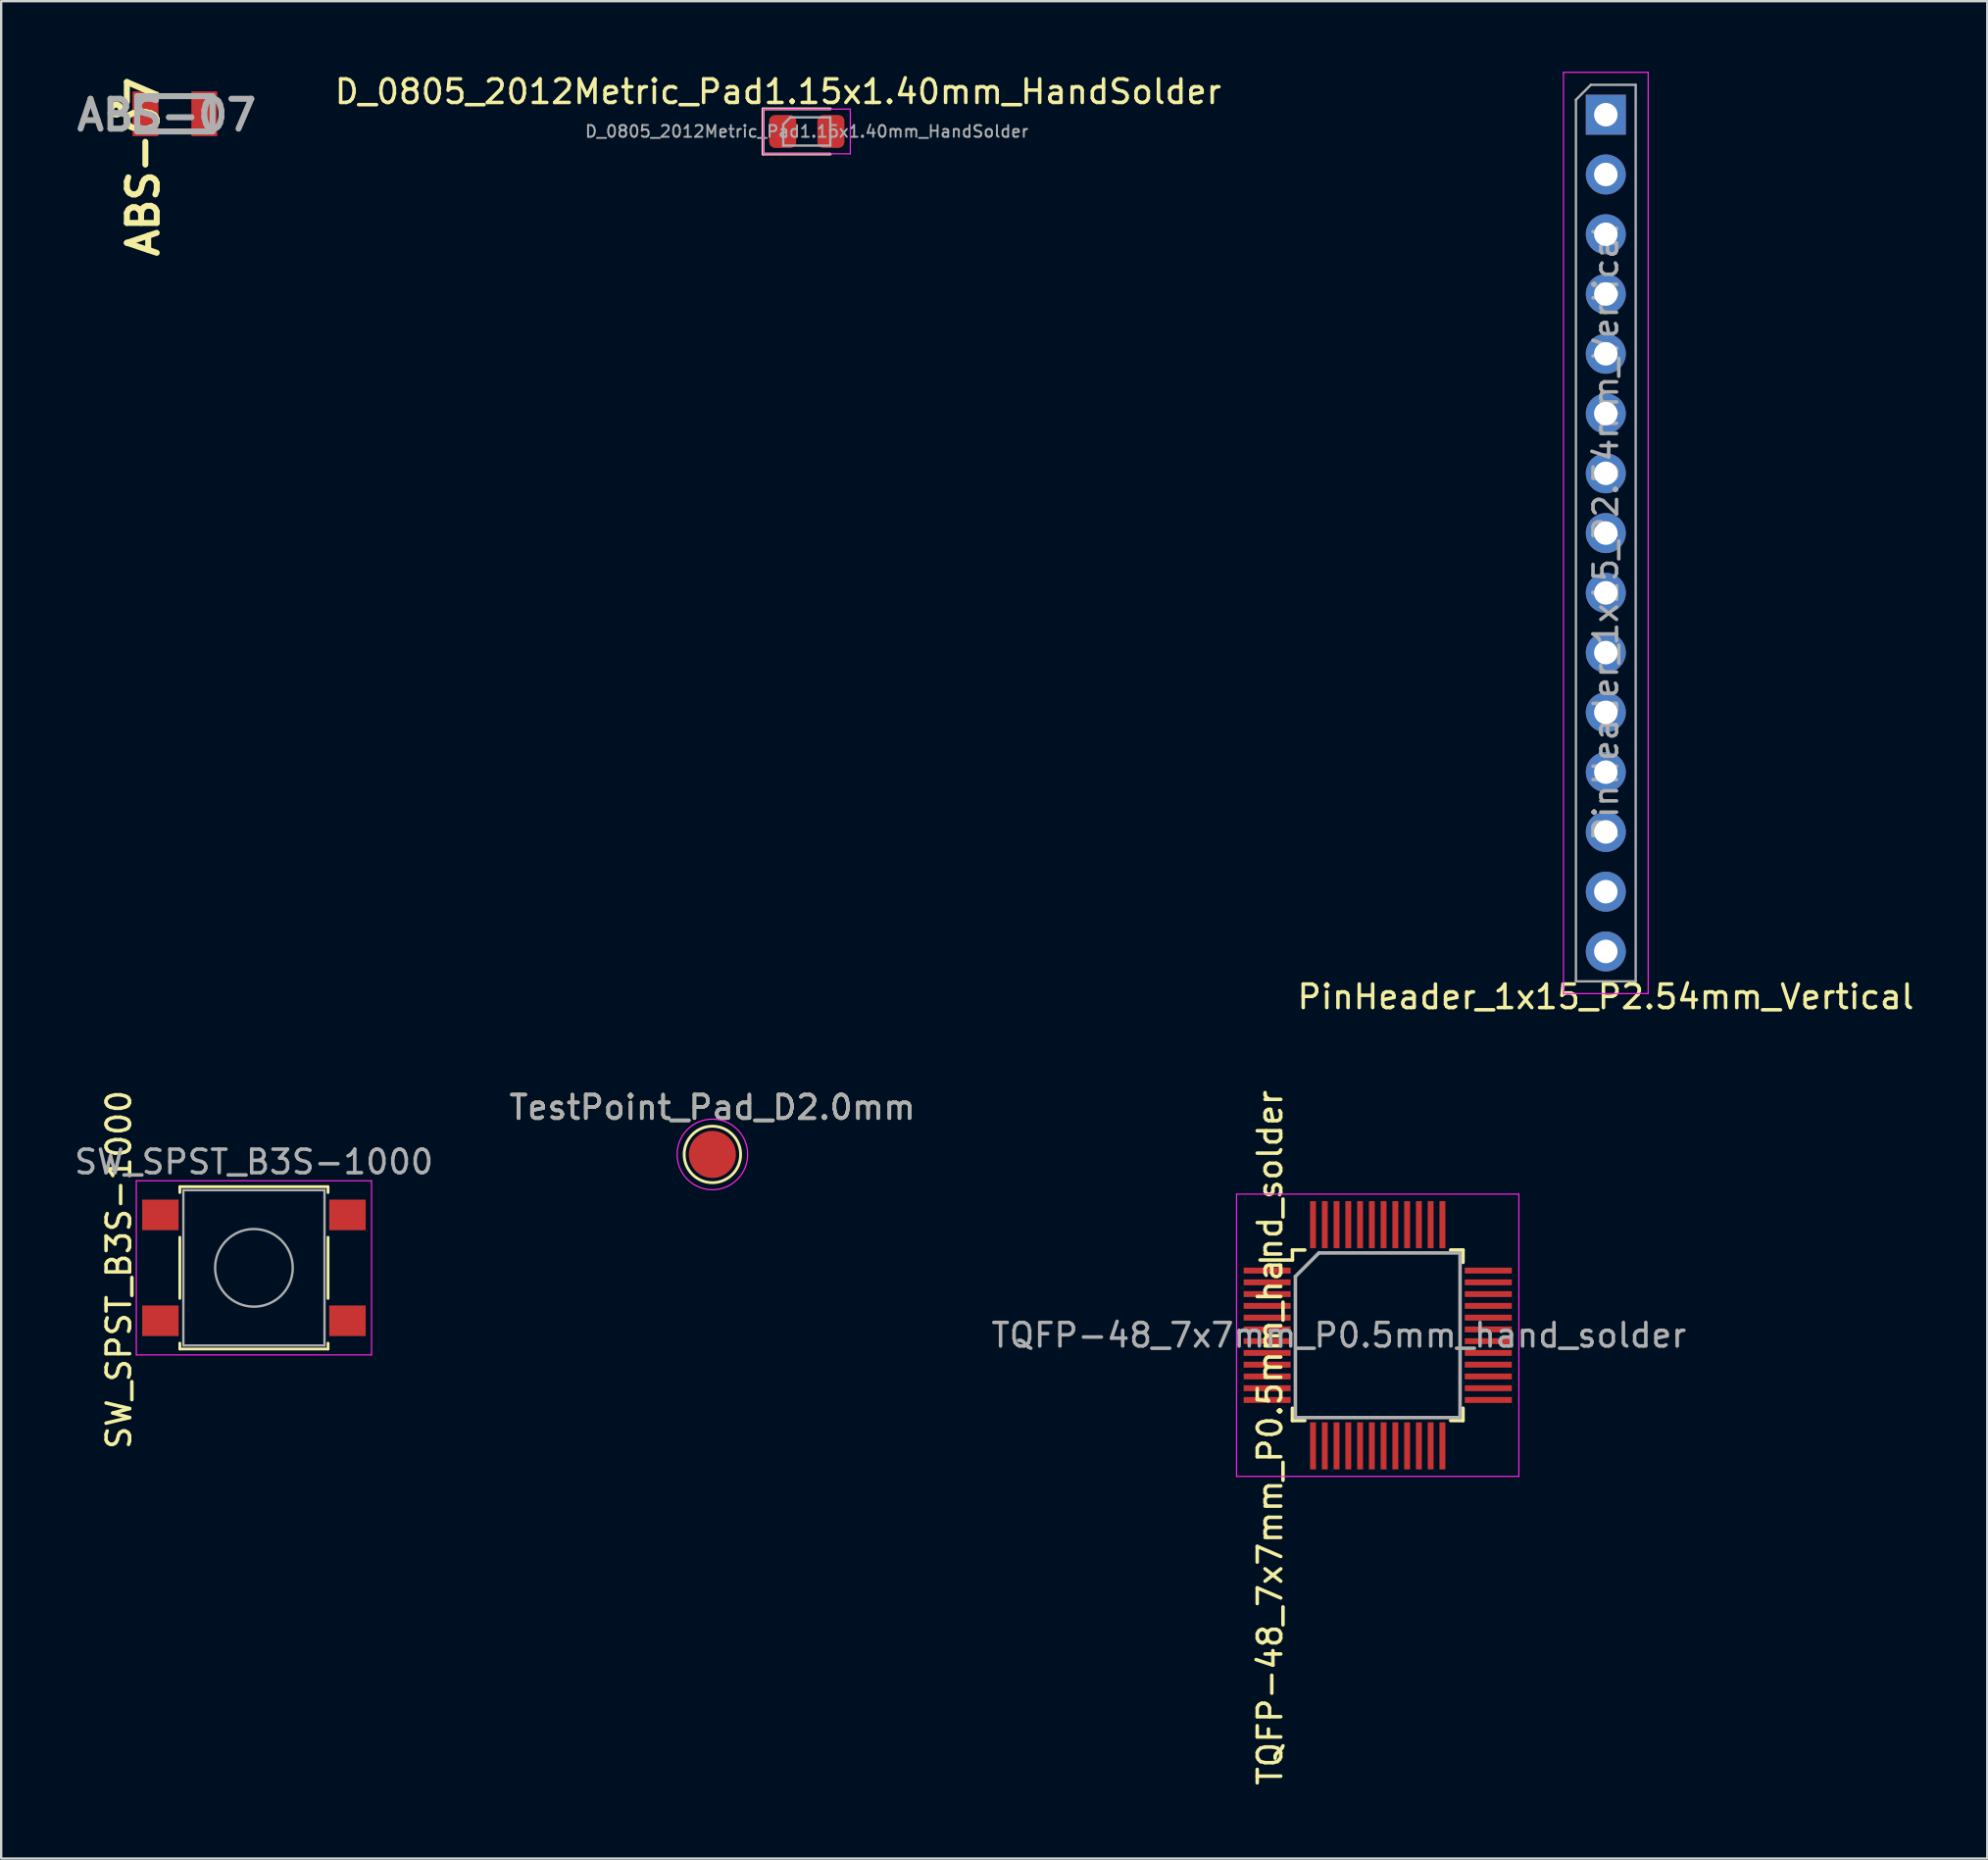
<source format=kicad_pcb>
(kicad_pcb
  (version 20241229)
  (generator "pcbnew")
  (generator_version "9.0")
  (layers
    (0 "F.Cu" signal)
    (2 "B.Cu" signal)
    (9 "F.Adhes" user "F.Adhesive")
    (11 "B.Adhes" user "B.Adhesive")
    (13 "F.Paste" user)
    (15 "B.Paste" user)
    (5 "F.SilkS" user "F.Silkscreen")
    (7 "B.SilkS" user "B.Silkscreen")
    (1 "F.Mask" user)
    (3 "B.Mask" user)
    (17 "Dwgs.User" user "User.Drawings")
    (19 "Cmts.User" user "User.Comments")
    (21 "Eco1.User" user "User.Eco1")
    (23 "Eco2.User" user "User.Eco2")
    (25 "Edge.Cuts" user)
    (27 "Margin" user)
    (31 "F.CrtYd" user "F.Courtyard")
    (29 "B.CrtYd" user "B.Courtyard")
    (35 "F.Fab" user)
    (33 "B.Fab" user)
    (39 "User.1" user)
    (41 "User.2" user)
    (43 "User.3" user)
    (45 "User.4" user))
  (footprint "PinHeader_1x15_P2.54mm_Vertical"
    (layer "F.Cu")
    (at 65.21 1.825)
    (property "Reference" "PinHeader_1x15_P2.54mm_Vertical" (at -0.005 37.49 180) (layer "F.SilkS") (effects (font (size 1 1) (thickness 0.15))))
    (attr through_hole)
    (fp_line (start -1.8 -1.8) (end -1.8 37.35) (stroke (width 0.05) (type solid)) (layer "F.CrtYd"))
    (fp_line (start -1.8 37.35) (end 1.8 37.35) (stroke (width 0.05) (type solid)) (layer "F.CrtYd"))
    (fp_line (start 1.8 -1.8) (end -1.8 -1.8) (stroke (width 0.05) (type solid)) (layer "F.CrtYd"))
    (fp_line (start 1.8 37.35) (end 1.8 -1.8) (stroke (width 0.05) (type solid)) (layer "F.CrtYd"))
    (fp_line (start -1.27 -0.635) (end -0.635 -1.27) (stroke (width 0.1) (type solid)) (layer "F.Fab"))
    (fp_line (start -1.27 36.83) (end -1.27 -0.635) (stroke (width 0.1) (type solid)) (layer "F.Fab"))
    (fp_line (start -0.635 -1.27) (end 1.27 -1.27) (stroke (width 0.1) (type solid)) (layer "F.Fab"))
    (fp_line (start 1.27 -1.27) (end 1.27 36.83) (stroke (width 0.1) (type solid)) (layer "F.Fab"))
    (fp_line (start 1.27 36.83) (end -1.27 36.83) (stroke (width 0.1) (type solid)) (layer "F.Fab"))
    (fp_text user "${REFERENCE}" (at 0 17.78 90) (layer "F.Fab") (effects (font (size 1 1) (thickness 0.15))))
    (pad "1" thru_hole rect (at 0 0) (size 1.7 1.7) (drill 1) (layers "*.Cu" "*.Mask"))
    (pad "2" thru_hole oval (at 0 2.54) (size 1.7 1.7) (drill 1) (layers "*.Cu" "*.Mask"))
    (pad "3" thru_hole oval (at 0 5.08) (size 1.7 1.7) (drill 1) (layers "*.Cu" "*.Mask"))
    (pad "4" thru_hole oval (at 0 7.62) (size 1.7 1.7) (drill 1) (layers "*.Cu" "*.Mask"))
    (pad "5" thru_hole oval (at 0 10.16) (size 1.7 1.7) (drill 1) (layers "*.Cu" "*.Mask"))
    (pad "6" thru_hole oval (at 0 12.7) (size 1.7 1.7) (drill 1) (layers "*.Cu" "*.Mask"))
    (pad "7" thru_hole oval (at 0 15.24) (size 1.7 1.7) (drill 1) (layers "*.Cu" "*.Mask"))
    (pad "8" thru_hole oval (at 0 17.78) (size 1.7 1.7) (drill 1) (layers "*.Cu" "*.Mask"))
    (pad "9" thru_hole oval (at 0 20.32) (size 1.7 1.7) (drill 1) (layers "*.Cu" "*.Mask"))
    (pad "10" thru_hole oval (at 0 22.86) (size 1.7 1.7) (drill 1) (layers "*.Cu" "*.Mask"))
    (pad "11" thru_hole oval (at 0 25.4) (size 1.7 1.7) (drill 1) (layers "*.Cu" "*.Mask"))
    (pad "12" thru_hole oval (at 0 27.94) (size 1.7 1.7) (drill 1) (layers "*.Cu" "*.Mask"))
    (pad "13" thru_hole oval (at 0 30.48) (size 1.7 1.7) (drill 1) (layers "*.Cu" "*.Mask"))
    (pad "14" thru_hole oval (at 0 33.02) (size 1.7 1.7) (drill 1) (layers "*.Cu" "*.Mask"))
    (pad "15" thru_hole oval (at 0 35.56) (size 1.7 1.7) (drill 1) (layers "*.Cu" "*.Mask")))
  (footprint "TQFP-48_7x7mm_P0.5mm_hand_solder"
    (layer "F.Cu")
    (at 55.514 53.697)
    (property "Reference" "TQFP-48_7x7mm_P0.5mm_hand_solder" (at -4.577 4.354 90) (layer "F.SilkS") (effects (font (size 1 1) (thickness 0.15))))
    (attr smd)
    (fp_line (start -3.625 -3.625) (end -3.625 -3.2) (stroke (width 0.15) (type solid)) (layer "F.SilkS"))
    (fp_line (start -3.625 -3.625) (end -3.1 -3.625) (stroke (width 0.15) (type solid)) (layer "F.SilkS"))
    (fp_line (start -3.625 -3.2) (end -5 -3.2) (stroke (width 0.15) (type solid)) (layer "F.SilkS"))
    (fp_line (start -3.625 3.625) (end -3.625 3.1) (stroke (width 0.15) (type solid)) (layer "F.SilkS"))
    (fp_line (start -3.625 3.625) (end -3.1 3.625) (stroke (width 0.15) (type solid)) (layer "F.SilkS"))
    (fp_line (start 3.625 -3.625) (end 3.1 -3.625) (stroke (width 0.15) (type solid)) (layer "F.SilkS"))
    (fp_line (start 3.625 -3.625) (end 3.625 -3.1) (stroke (width 0.15) (type solid)) (layer "F.SilkS"))
    (fp_line (start 3.625 3.625) (end 3.1 3.625) (stroke (width 0.15) (type solid)) (layer "F.SilkS"))
    (fp_line (start 3.625 3.625) (end 3.625 3.1) (stroke (width 0.15) (type solid)) (layer "F.SilkS"))
    (fp_line (start -6 -6) (end -6 6) (stroke (width 0.05) (type solid)) (layer "F.CrtYd"))
    (fp_line (start -6 -6) (end 6 -6) (stroke (width 0.05) (type solid)) (layer "F.CrtYd"))
    (fp_line (start -6 6) (end 6 6) (stroke (width 0.05) (type solid)) (layer "F.CrtYd"))
    (fp_line (start 6 -6) (end 6 6) (stroke (width 0.05) (type solid)) (layer "F.CrtYd"))
    (fp_line (start -3.5 -2.5) (end -2.5 -3.5) (stroke (width 0.15) (type solid)) (layer "F.Fab"))
    (fp_line (start -3.5 3.5) (end -3.5 -2.5) (stroke (width 0.15) (type solid)) (layer "F.Fab"))
    (fp_line (start -2.5 -3.5) (end 3.5 -3.5) (stroke (width 0.15) (type solid)) (layer "F.Fab"))
    (fp_line (start 3.5 -3.5) (end 3.5 3.5) (stroke (width 0.15) (type solid)) (layer "F.Fab"))
    (fp_line (start 3.5 3.5) (end -3.5 3.5) (stroke (width 0.15) (type solid)) (layer "F.Fab"))
    (fp_text user "${REFERENCE}" (at -1.651 0 0) (layer "F.Fab") (effects (font (size 1 1) (thickness 0.15))))
    (pad "1" smd rect (at -4.7 -2.75) (size 2 0.25) (layers "F.Cu" "F.Mask" "F.Paste"))
    (pad "2" smd rect (at -4.7 -2.25) (size 2 0.25) (layers "F.Cu" "F.Mask" "F.Paste"))
    (pad "3" smd rect (at -4.7 -1.75) (size 2 0.25) (layers "F.Cu" "F.Mask" "F.Paste"))
    (pad "4" smd rect (at -4.7 -1.25) (size 2 0.25) (layers "F.Cu" "F.Mask" "F.Paste"))
    (pad "5" smd rect (at -4.7 -0.75) (size 2 0.25) (layers "F.Cu" "F.Mask" "F.Paste"))
    (pad "6" smd rect (at -4.7 -0.25) (size 2 0.25) (layers "F.Cu" "F.Mask" "F.Paste"))
    (pad "7" smd rect (at -4.7 0.25) (size 2 0.25) (layers "F.Cu" "F.Mask" "F.Paste"))
    (pad "8" smd rect (at -4.7 0.75) (size 2 0.25) (layers "F.Cu" "F.Mask" "F.Paste"))
    (pad "9" smd rect (at -4.7 1.25) (size 2 0.25) (layers "F.Cu" "F.Mask" "F.Paste"))
    (pad "10" smd rect (at -4.7 1.75) (size 2 0.25) (layers "F.Cu" "F.Mask" "F.Paste"))
    (pad "11" smd rect (at -4.7 2.25) (size 2 0.25) (layers "F.Cu" "F.Mask" "F.Paste"))
    (pad "12" smd rect (at -4.7 2.75) (size 2 0.25) (layers "F.Cu" "F.Mask" "F.Paste"))
    (pad "13" smd rect (at -2.75 4.7 90) (size 2 0.25) (layers "F.Cu" "F.Mask" "F.Paste"))
    (pad "14" smd rect (at -2.25 4.7 90) (size 2 0.25) (layers "F.Cu" "F.Mask" "F.Paste"))
    (pad "15" smd rect (at -1.75 4.7 90) (size 2 0.25) (layers "F.Cu" "F.Mask" "F.Paste"))
    (pad "16" smd rect (at -1.25 4.7 90) (size 2 0.25) (layers "F.Cu" "F.Mask" "F.Paste"))
    (pad "17" smd rect (at -0.75 4.7 90) (size 2 0.25) (layers "F.Cu" "F.Mask" "F.Paste"))
    (pad "18" smd rect (at -0.25 4.7 90) (size 2 0.25) (layers "F.Cu" "F.Mask" "F.Paste"))
    (pad "19" smd rect (at 0.25 4.7 90) (size 2 0.25) (layers "F.Cu" "F.Mask" "F.Paste"))
    (pad "20" smd rect (at 0.75 4.7 90) (size 2 0.25) (layers "F.Cu" "F.Mask" "F.Paste"))
    (pad "21" smd rect (at 1.25 4.7 90) (size 2 0.25) (layers "F.Cu" "F.Mask" "F.Paste"))
    (pad "22" smd rect (at 1.75 4.7 90) (size 2 0.25) (layers "F.Cu" "F.Mask" "F.Paste"))
    (pad "23" smd rect (at 2.25 4.7 90) (size 2 0.25) (layers "F.Cu" "F.Mask" "F.Paste"))
    (pad "24" smd rect (at 2.75 4.7 90) (size 2 0.25) (layers "F.Cu" "F.Mask" "F.Paste"))
    (pad "25" smd rect (at 4.7 2.75) (size 2 0.25) (layers "F.Cu" "F.Mask" "F.Paste"))
    (pad "26" smd rect (at 4.7 2.25) (size 2 0.25) (layers "F.Cu" "F.Mask" "F.Paste"))
    (pad "27" smd rect (at 4.7 1.75) (size 2 0.25) (layers "F.Cu" "F.Mask" "F.Paste"))
    (pad "28" smd rect (at 4.7 1.25) (size 2 0.25) (layers "F.Cu" "F.Mask" "F.Paste"))
    (pad "29" smd rect (at 4.7 0.75) (size 2 0.25) (layers "F.Cu" "F.Mask" "F.Paste"))
    (pad "30" smd rect (at 4.7 0.25) (size 2 0.25) (layers "F.Cu" "F.Mask" "F.Paste"))
    (pad "31" smd rect (at 4.7 -0.25) (size 2 0.25) (layers "F.Cu" "F.Mask" "F.Paste"))
    (pad "32" smd rect (at 4.7 -0.75) (size 2 0.25) (layers "F.Cu" "F.Mask" "F.Paste"))
    (pad "33" smd rect (at 4.7 -1.25) (size 2 0.25) (layers "F.Cu" "F.Mask" "F.Paste"))
    (pad "34" smd rect (at 4.7 -1.75) (size 2 0.25) (layers "F.Cu" "F.Mask" "F.Paste"))
    (pad "35" smd rect (at 4.7 -2.25) (size 2 0.25) (layers "F.Cu" "F.Mask" "F.Paste"))
    (pad "36" smd rect (at 4.7 -2.75) (size 2 0.25) (layers "F.Cu" "F.Mask" "F.Paste"))
    (pad "37" smd rect (at 2.75 -4.7 90) (size 2 0.25) (layers "F.Cu" "F.Mask" "F.Paste"))
    (pad "38" smd rect (at 2.25 -4.7 90) (size 2 0.25) (layers "F.Cu" "F.Mask" "F.Paste"))
    (pad "39" smd rect (at 1.75 -4.7 90) (size 2 0.25) (layers "F.Cu" "F.Mask" "F.Paste"))
    (pad "40" smd rect (at 1.25 -4.7 90) (size 2 0.25) (layers "F.Cu" "F.Mask" "F.Paste"))
    (pad "41" smd rect (at 0.75 -4.7 90) (size 2 0.25) (layers "F.Cu" "F.Mask" "F.Paste"))
    (pad "42" smd rect (at 0.25 -4.7 90) (size 2 0.25) (layers "F.Cu" "F.Mask" "F.Paste"))
    (pad "43" smd rect (at -0.25 -4.7 90) (size 2 0.25) (layers "F.Cu" "F.Mask" "F.Paste"))
    (pad "44" smd rect (at -0.75 -4.7 90) (size 2 0.25) (layers "F.Cu" "F.Mask" "F.Paste"))
    (pad "45" smd rect (at -1.25 -4.7 90) (size 2 0.25) (layers "F.Cu" "F.Mask" "F.Paste"))
    (pad "46" smd rect (at -1.75 -4.7 90) (size 2 0.25) (layers "F.Cu" "F.Mask" "F.Paste"))
    (pad "47" smd rect (at -2.25 -4.7 90) (size 2 0.25) (layers "F.Cu" "F.Mask" "F.Paste"))
    (pad "48" smd rect (at -2.75 -4.7 90) (size 2 0.25) (layers "F.Cu" "F.Mask" "F.Paste")))
  (footprint "D_0805_2012Metric_Pad1.15x1.40mm_HandSolder"
    (layer "F.Cu")
    (at 31.245 2.537)
    (property "Reference" "D_0805_2012Metric_Pad1.15x1.40mm_HandSolder" (at -1.219 -1.689 180) (layer "F.SilkS") (effects (font (size 1 1) (thickness 0.15))))
    (attr smd)
    (fp_line (start -1.86 -0.96) (end -1.86 0.96) (stroke (width 0.12) (type solid)) (layer "F.SilkS"))
    (fp_line (start -1.86 0.96) (end 1 0.96) (stroke (width 0.12) (type solid)) (layer "F.SilkS"))
    (fp_line (start 1 -0.96) (end -1.86 -0.96) (stroke (width 0.12) (type solid)) (layer "F.SilkS"))
    (fp_line (start -1.85 -0.95) (end 1.85 -0.95) (stroke (width 0.05) (type solid)) (layer "F.CrtYd"))
    (fp_line (start -1.85 0.95) (end -1.85 -0.95) (stroke (width 0.05) (type solid)) (layer "F.CrtYd"))
    (fp_line (start 1.85 -0.95) (end 1.85 0.95) (stroke (width 0.05) (type solid)) (layer "F.CrtYd"))
    (fp_line (start 1.85 0.95) (end -1.85 0.95) (stroke (width 0.05) (type solid)) (layer "F.CrtYd"))
    (fp_line (start -1 -0.3) (end -1 0.6) (stroke (width 0.1) (type solid)) (layer "F.Fab"))
    (fp_line (start -1 0.6) (end 1 0.6) (stroke (width 0.1) (type solid)) (layer "F.Fab"))
    (fp_line (start -0.7 -0.6) (end -1 -0.3) (stroke (width 0.1) (type solid)) (layer "F.Fab"))
    (fp_line (start 1 -0.6) (end -0.7 -0.6) (stroke (width 0.1) (type solid)) (layer "F.Fab"))
    (fp_line (start 1 0.6) (end 1 -0.6) (stroke (width 0.1) (type solid)) (layer "F.Fab"))
    (fp_text user "${REFERENCE}" (at 0 0 180) (layer "F.Fab") (effects (font (size 0.5 0.5) (thickness 0.08))))
    (pad "1" smd roundrect (at -1.025 0) (size 1.15 1.4) (layers "F.Cu" "F.Mask" "F.Paste") (roundrect_rratio 0.217))
    (pad "2" smd roundrect (at 1.025 0) (size 1.15 1.4) (layers "F.Cu" "F.Mask" "F.Paste") (roundrect_rratio 0.217)))
  (footprint "ABS-07"
    (layer "F.Cu")
    (at 4.384 1.786)
    (property "Reference" "ABS-07" (at -1.346 2.248 90) (layer "F.SilkS") (effects (font (size 1.27 1.27) (thickness 0.254))))
    (attr smd)
    (fp_circle (center -2.497 -0.177) (end -2.497 -0.093) (stroke (width 0.254) (type solid)) (fill no) (layer "F.SilkS"))
    (fp_line (start -1.6 -0.75) (end 1.6 -0.75) (stroke (width 0.254) (type solid)) (layer "F.Fab"))
    (fp_line (start -1.6 0.75) (end -1.6 -0.75) (stroke (width 0.254) (type solid)) (layer "F.Fab"))
    (fp_line (start 1.6 -0.75) (end 1.6 0.75) (stroke (width 0.254) (type solid)) (layer "F.Fab"))
    (fp_line (start 1.6 0.75) (end -1.6 0.75) (stroke (width 0.254) (type solid)) (layer "F.Fab"))
    (fp_text user "${REFERENCE}" (at -0.35 0.057 0) (layer "F.Fab") (effects (font (size 1.27 1.27) (thickness 0.254))))
    (pad "1" smd rect (at -1.25 0) (size 1.1 1.9) (layers "F.Cu" "F.Mask" "F.Paste"))
    (pad "2" smd rect (at 1.25 0) (size 1.1 1.9) (layers "F.Cu" "F.Mask" "F.Paste")))
  (footprint "TestPoint_Pad_D2.0mm"
    (layer "F.Cu")
    (at 27.232 46.012)
    (property "Reference" "TestPoint_Pad_D2.0mm" (at 0 -1.998 0) (layer "F.SilkS") (effects (font (size 1 1) (thickness 0.15))))
    (attr exclude_from_pos_files exclude_from_bom)
    (fp_circle (center 0 0) (end 0 1.2) (stroke (width 0.12) (type solid)) (fill no) (layer "F.SilkS"))
    (fp_circle (center 0 0) (end 1.5 0) (stroke (width 0.05) (type solid)) (fill no) (layer "F.CrtYd"))
    (fp_text user "${REFERENCE}" (at 0 -2 0) (layer "F.Fab") (effects (font (size 1 1) (thickness 0.15))))
    (pad "1" smd circle (at 0 0) (size 2 2) (layers "F.Cu" "F.Mask")))
  (footprint "SW_SPST_B3S-1000"
    (layer "F.Cu")
    (at 7.744 50.831)
    (property "Reference" "SW_SPST_B3S-1000" (at -5.74 0.076 90) (layer "F.SilkS") (effects (font (size 1 1) (thickness 0.15))))
    (attr smd)
    (fp_line (start -3.15 -3.45) (end 3.15 -3.45) (stroke (width 0.12) (type solid)) (layer "F.SilkS"))
    (fp_line (start -3.15 -3.2) (end -3.15 -3.45) (stroke (width 0.12) (type solid)) (layer "F.SilkS"))
    (fp_line (start -3.15 1.3) (end -3.15 -1.3) (stroke (width 0.12) (type solid)) (layer "F.SilkS"))
    (fp_line (start -3.15 3.45) (end -3.15 3.2) (stroke (width 0.12) (type solid)) (layer "F.SilkS"))
    (fp_line (start 3.15 -3.45) (end 3.15 -3.2) (stroke (width 0.12) (type solid)) (layer "F.SilkS"))
    (fp_line (start 3.15 -1.3) (end 3.15 1.3) (stroke (width 0.12) (type solid)) (layer "F.SilkS"))
    (fp_line (start 3.15 3.2) (end 3.15 3.45) (stroke (width 0.12) (type solid)) (layer "F.SilkS"))
    (fp_line (start 3.15 3.45) (end -3.15 3.45) (stroke (width 0.12) (type solid)) (layer "F.SilkS"))
    (fp_line (start -5 -3.7) (end -5 3.7) (stroke (width 0.05) (type solid)) (layer "F.CrtYd"))
    (fp_line (start -5 3.7) (end 5 3.7) (stroke (width 0.05) (type solid)) (layer "F.CrtYd"))
    (fp_line (start 5 -3.7) (end -5 -3.7) (stroke (width 0.05) (type solid)) (layer "F.CrtYd"))
    (fp_line (start 5 3.7) (end 5 -3.7) (stroke (width 0.05) (type solid)) (layer "F.CrtYd"))
    (fp_line (start -3 -3.3) (end 3 -3.3) (stroke (width 0.1) (type solid)) (layer "F.Fab"))
    (fp_line (start -3 3.3) (end -3 -3.3) (stroke (width 0.1) (type solid)) (layer "F.Fab"))
    (fp_line (start 3 -3.3) (end 3 3.3) (stroke (width 0.1) (type solid)) (layer "F.Fab"))
    (fp_line (start 3 3.3) (end -3 3.3) (stroke (width 0.1) (type solid)) (layer "F.Fab"))
    (fp_circle (center 0 0) (end 1.65 0) (stroke (width 0.1) (type solid)) (fill no) (layer "F.Fab"))
    (fp_text user "${REFERENCE}" (at 0 -4.5 0) (layer "F.Fab") (effects (font (size 1 1) (thickness 0.15))))
    (pad "1" smd rect (at -3.975 -2.25) (size 1.55 1.3) (layers "F.Cu" "F.Mask" "F.Paste"))
    (pad "1" smd rect (at 3.975 -2.25) (size 1.55 1.3) (layers "F.Cu" "F.Mask" "F.Paste"))
    (pad "2" smd rect (at -3.975 2.25) (size 1.55 1.3) (layers "F.Cu" "F.Mask" "F.Paste"))
    (pad "2" smd rect (at 3.975 2.25) (size 1.55 1.3) (layers "F.Cu" "F.Mask" "F.Paste")))
  (gr_rect
    (start -3 -3)
    (end 81.425 75.937)
    (stroke (width 0.1) (type default))
    (fill no)
    (layer "Edge.Cuts")))
</source>
